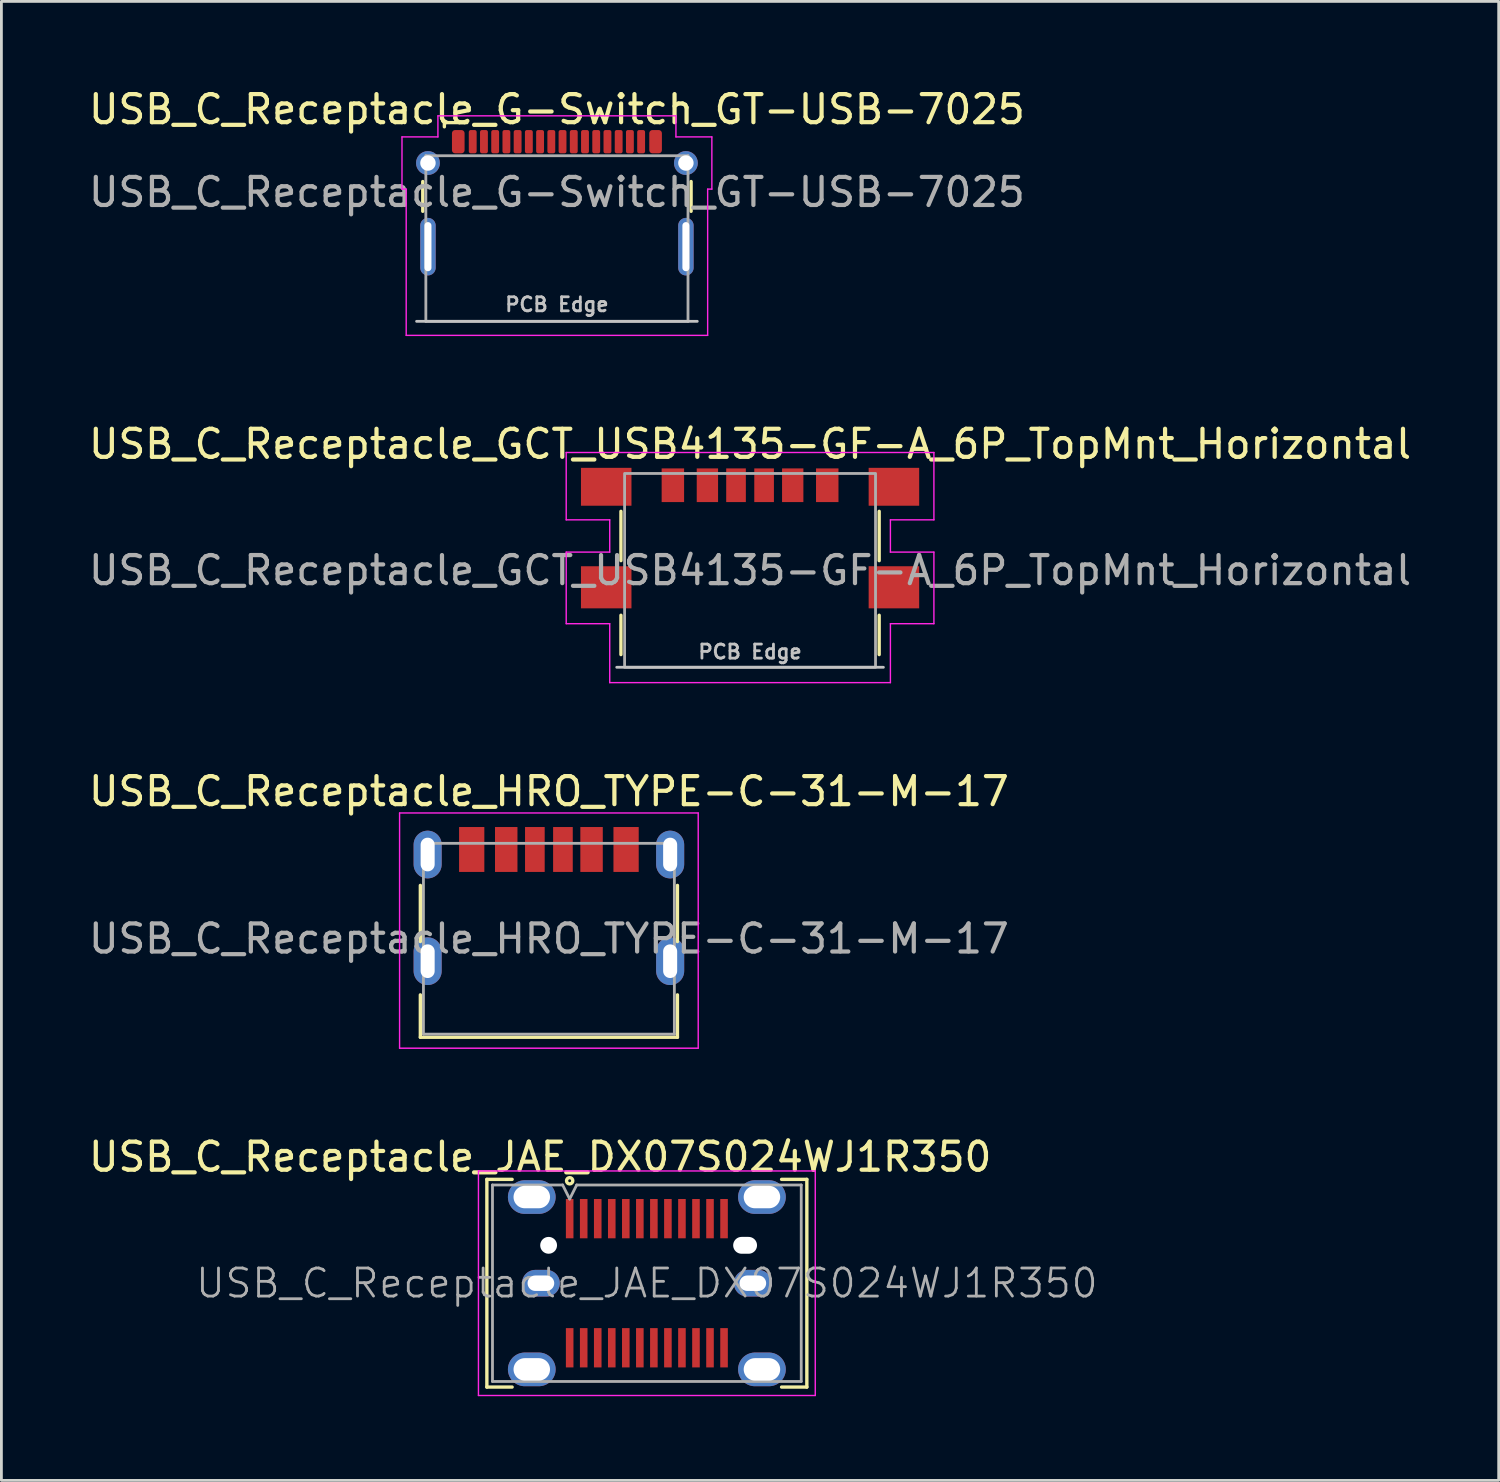
<source format=kicad_pcb>
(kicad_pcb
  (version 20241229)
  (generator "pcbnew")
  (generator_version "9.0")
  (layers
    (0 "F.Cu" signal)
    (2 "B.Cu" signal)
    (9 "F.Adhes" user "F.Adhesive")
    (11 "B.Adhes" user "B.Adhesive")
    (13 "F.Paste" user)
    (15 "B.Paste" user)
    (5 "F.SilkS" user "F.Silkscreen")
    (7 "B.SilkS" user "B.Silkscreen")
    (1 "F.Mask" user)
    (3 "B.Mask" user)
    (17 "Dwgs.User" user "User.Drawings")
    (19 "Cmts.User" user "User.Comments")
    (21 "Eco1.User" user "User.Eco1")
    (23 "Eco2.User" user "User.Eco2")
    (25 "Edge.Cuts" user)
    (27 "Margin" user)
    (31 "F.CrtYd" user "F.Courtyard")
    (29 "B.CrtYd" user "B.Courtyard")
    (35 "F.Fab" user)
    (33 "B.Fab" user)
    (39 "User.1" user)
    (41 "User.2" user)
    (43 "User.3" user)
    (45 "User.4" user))
  (footprint "USB_C_Receptacle_HRO_TYPE-C-31-M-17"
    (layer "F.Cu")
    (at 16.506 30.395)
    (property "Reference" "USB_C_Receptacle_HRO_TYPE-C-31-M-17" (at 0 -5.25 0) (layer "F.SilkS") (effects (font (size 1 1) (thickness 0.15))))
    (attr smd)
    (fp_line (start -4.58 -1.9) (end -4.58 0.1) (stroke (width 0.12) (type solid)) (layer "F.SilkS"))
    (fp_line (start -4.58 2) (end -4.58 3.51) (stroke (width 0.12) (type solid)) (layer "F.SilkS"))
    (fp_line (start -4.58 3.51) (end 4.58 3.51) (stroke (width 0.12) (type solid)) (layer "F.SilkS"))
    (fp_line (start 4.58 -1.9) (end 4.58 0.1) (stroke (width 0.12) (type solid)) (layer "F.SilkS"))
    (fp_line (start 4.58 2) (end 4.58 3.51) (stroke (width 0.12) (type solid)) (layer "F.SilkS"))
    (fp_line (start -5.32 -4.48) (end -5.32 3.9) (stroke (width 0.05) (type solid)) (layer "F.CrtYd"))
    (fp_line (start -5.32 -4.48) (end 5.32 -4.48) (stroke (width 0.05) (type solid)) (layer "F.CrtYd"))
    (fp_line (start -5.32 3.9) (end 5.32 3.9) (stroke (width 0.05) (type solid)) (layer "F.CrtYd"))
    (fp_line (start 5.32 -4.48) (end 5.32 3.9) (stroke (width 0.05) (type solid)) (layer "F.CrtYd"))
    (fp_line (start -4.47 -3.4) (end -4.47 3.4) (stroke (width 0.1) (type solid)) (layer "F.Fab"))
    (fp_line (start -4.47 -3.4) (end 4.47 -3.4) (stroke (width 0.1) (type solid)) (layer "F.Fab"))
    (fp_line (start -4.47 3.4) (end 4.47 3.4) (stroke (width 0.1) (type solid)) (layer "F.Fab"))
    (fp_line (start 4.47 -3.4) (end 4.47 3.4) (stroke (width 0.1) (type solid)) (layer "F.Fab"))
    (fp_text user "${REFERENCE}" (at 0 0 0) (layer "F.Fab") (effects (font (size 1 1) (thickness 0.15))))
    (pad "A5" smd rect (at -0.5 -3.18) (size 0.7 1.6) (layers "F.Cu" "F.Mask" "F.Paste"))
    (pad "A9" smd rect (at 1.52 -3.18) (size 0.8 1.6) (layers "F.Cu" "F.Mask" "F.Paste"))
    (pad "A12" smd rect (at 2.75 -3.18) (size 0.9 1.6) (layers "F.Cu" "F.Mask" "F.Paste"))
    (pad "B5" smd rect (at 0.5 -3.18) (size 0.7 1.6) (layers "F.Cu" "F.Mask" "F.Paste"))
    (pad "B9" smd rect (at -1.52 -3.18) (size 0.8 1.6) (layers "F.Cu" "F.Mask" "F.Paste"))
    (pad "B12" smd rect (at -2.75 -3.18) (size 0.9 1.6) (layers "F.Cu" "F.Mask" "F.Paste"))
    (pad "S1" thru_hole oval (at -4.32 -3) (size 1 1.7) (drill oval 0.5 1.2) (layers "*.Cu" "*.Mask"))
    (pad "S1" thru_hole oval (at -4.32 0.8) (size 1 1.7) (drill oval 0.5 1.2) (layers "*.Cu" "*.Mask"))
    (pad "S1" thru_hole oval (at 4.32 -3) (size 1 1.7) (drill oval 0.5 1.2) (layers "*.Cu" "*.Mask"))
    (pad "S1" thru_hole oval (at 4.32 0.8) (size 1 1.7) (drill oval 0.5 1.2) (layers "*.Cu" "*.Mask")))
  (footprint "USB_C_Receptacle_JAE_DX07S024WJ1R350"
    (layer "F.Cu")
    (at 19.996 42.668)
    (property "Reference" "USB_C_Receptacle_JAE_DX07S024WJ1R350" (at -3.8 -4.5 0) (layer "F.SilkS") (effects (font (size 1 1) (thickness 0.15))))
    (attr smd)
    (fp_line (start -5.7 -3.7) (end -5.7 3.7) (stroke (width 0.12) (type solid)) (layer "F.SilkS"))
    (fp_line (start -5.7 -3.7) (end -4.8 -3.7) (stroke (width 0.12) (type solid)) (layer "F.SilkS"))
    (fp_line (start -5.7 3.7) (end -4.8 3.7) (stroke (width 0.12) (type solid)) (layer "F.SilkS"))
    (fp_line (start 4.8 -3.7) (end 5.7 -3.7) (stroke (width 0.12) (type solid)) (layer "F.SilkS"))
    (fp_line (start 4.8 3.7) (end 5.7 3.7) (stroke (width 0.12) (type solid)) (layer "F.SilkS"))
    (fp_line (start 5.7 -3.7) (end 5.7 3.7) (stroke (width 0.12) (type solid)) (layer "F.SilkS"))
    (fp_circle (center -2.75 -3.65) (end -2.638 -3.65) (stroke (width 0.12) (type solid)) (fill no) (layer "F.SilkS"))
    (fp_line (start -6 -4) (end 6 -4) (stroke (width 0.05) (type solid)) (layer "F.CrtYd"))
    (fp_line (start -6 4) (end -6 -4) (stroke (width 0.05) (type solid)) (layer "F.CrtYd"))
    (fp_line (start 6 -4) (end 6 4) (stroke (width 0.05) (type solid)) (layer "F.CrtYd"))
    (fp_line (start 6 4) (end -6 4) (stroke (width 0.05) (type solid)) (layer "F.CrtYd"))
    (fp_line (start -5.5 -3.5) (end -3 -3.5) (stroke (width 0.1) (type solid)) (layer "F.Fab"))
    (fp_line (start -5.5 3.5) (end -5.5 -3.5) (stroke (width 0.1) (type solid)) (layer "F.Fab"))
    (fp_line (start -5.5 3.5) (end 5.5 3.5) (stroke (width 0.1) (type solid)) (layer "F.Fab"))
    (fp_line (start -3 -3.5) (end -2.75 -3) (stroke (width 0.1) (type solid)) (layer "F.Fab"))
    (fp_line (start -2.75 -3) (end -2.5 -3.5) (stroke (width 0.1) (type solid)) (layer "F.Fab"))
    (fp_line (start 5.5 -3.5) (end -2.5 -3.5) (stroke (width 0.1) (type solid)) (layer "F.Fab"))
    (fp_line (start 5.5 3.5) (end 5.5 -3.5) (stroke (width 0.1) (type solid)) (layer "F.Fab"))
    (fp_text user "${REFERENCE}" (at 0 0 0) (layer "F.Fab") (effects (font (size 1 1) (thickness 0.1))))
    (pad "" np_thru_hole circle (at -3.5 -1.35) (size 0.6 0.6) (drill 0.6) (layers "*.Cu" "*.Mask"))
    (pad "" np_thru_hole oval (at 3.5 -1.35) (size 0.85 0.6) (drill oval 0.85 0.6) (layers "*.Cu" "*.Mask"))
    (pad "A1" smd rect (at -2.75 -2.3) (size 0.27 1.4) (layers "F.Cu" "F.Mask" "F.Paste"))
    (pad "A2" smd rect (at -2.25 -2.3) (size 0.27 1.4) (layers "F.Cu" "F.Mask" "F.Paste"))
    (pad "A3" smd rect (at -1.75 -2.3) (size 0.27 1.4) (layers "F.Cu" "F.Mask" "F.Paste"))
    (pad "A4" smd rect (at -1.25 -2.3) (size 0.27 1.4) (layers "F.Cu" "F.Mask" "F.Paste"))
    (pad "A5" smd rect (at -0.75 -2.3) (size 0.27 1.4) (layers "F.Cu" "F.Mask" "F.Paste"))
    (pad "A6" smd rect (at -0.25 -2.3) (size 0.27 1.4) (layers "F.Cu" "F.Mask" "F.Paste"))
    (pad "A7" smd rect (at 0.25 -2.3) (size 0.27 1.4) (layers "F.Cu" "F.Mask" "F.Paste"))
    (pad "A8" smd rect (at 0.75 -2.3) (size 0.27 1.4) (layers "F.Cu" "F.Mask" "F.Paste"))
    (pad "A9" smd rect (at 1.25 -2.3) (size 0.27 1.4) (layers "F.Cu" "F.Mask" "F.Paste"))
    (pad "A10" smd rect (at 1.75 -2.3) (size 0.27 1.4) (layers "F.Cu" "F.Mask" "F.Paste"))
    (pad "A11" smd rect (at 2.25 -2.3) (size 0.27 1.4) (layers "F.Cu" "F.Mask" "F.Paste"))
    (pad "A12" smd rect (at 2.75 -2.3) (size 0.27 1.4) (layers "F.Cu" "F.Mask" "F.Paste"))
    (pad "B1" smd rect (at 2.75 2.3) (size 0.27 1.4) (layers "F.Cu" "F.Mask" "F.Paste"))
    (pad "B2" smd rect (at 2.25 2.3) (size 0.27 1.4) (layers "F.Cu" "F.Mask" "F.Paste"))
    (pad "B3" smd rect (at 1.75 2.3) (size 0.27 1.4) (layers "F.Cu" "F.Mask" "F.Paste"))
    (pad "B4" smd rect (at 1.25 2.3) (size 0.27 1.4) (layers "F.Cu" "F.Mask" "F.Paste"))
    (pad "B5" smd rect (at 0.75 2.3) (size 0.27 1.4) (layers "F.Cu" "F.Mask" "F.Paste"))
    (pad "B6" smd rect (at 0.25 2.3) (size 0.27 1.4) (layers "F.Cu" "F.Mask" "F.Paste"))
    (pad "B7" smd rect (at -0.25 2.3) (size 0.27 1.4) (layers "F.Cu" "F.Mask" "F.Paste"))
    (pad "B8" smd rect (at -0.75 2.3) (size 0.27 1.4) (layers "F.Cu" "F.Mask" "F.Paste"))
    (pad "B9" smd rect (at -1.25 2.3) (size 0.27 1.4) (layers "F.Cu" "F.Mask" "F.Paste"))
    (pad "B10" smd rect (at -1.75 2.3) (size 0.27 1.4) (layers "F.Cu" "F.Mask" "F.Paste"))
    (pad "B11" smd rect (at -2.25 2.3) (size 0.27 1.4) (layers "F.Cu" "F.Mask" "F.Paste"))
    (pad "B12" smd rect (at -2.75 2.3) (size 0.27 1.4) (layers "F.Cu" "F.Mask" "F.Paste"))
    (pad "S1" thru_hole oval (at -4.1 -3.07 90) (size 1.2 1.7) (drill oval 0.8 1.3) (layers "*.Cu" "*.Mask"))
    (pad "S1" thru_hole oval (at -4.1 3.07 90) (size 1.2 1.7) (drill oval 0.8 1.3) (layers "*.Cu" "*.Mask"))
    (pad "S1" thru_hole oval (at -3.775 0 90) (size 0.95 1.35) (drill oval 0.55 0.95) (layers "*.Cu" "*.Mask"))
    (pad "S1" thru_hole oval (at 3.775 0 90) (size 0.95 1.35) (drill oval 0.55 0.95) (layers "*.Cu" "*.Mask"))
    (pad "S1" thru_hole oval (at 4.1 -3.07 90) (size 1.2 1.7) (drill oval 0.8 1.3) (layers "*.Cu" "*.Mask"))
    (pad "S1" thru_hole oval (at 4.1 3.07 90) (size 1.2 1.7) (drill oval 0.8 1.3) (layers "*.Cu" "*.Mask")))
  (footprint "USB_C_Receptacle_GCT_USB4135-GF-A_6P_TopMnt_Horizontal"
    (layer "F.Cu")
    (at 23.673 17.271)
    (property "Reference" "USB_C_Receptacle_GCT_USB4135-GF-A_6P_TopMnt_Horizontal" (at 0 -4.5 0) (unlocked yes) (layer "F.SilkS") (effects (font (size 1 1) (thickness 0.15))))
    (attr smd)
    (fp_line (start -4.6 -2.103) (end -4.6 -0.347) (stroke (width 0.12) (type solid)) (layer "F.SilkS"))
    (fp_line (start -4.6 1.6) (end -4.6 3) (stroke (width 0.12) (type solid)) (layer "F.SilkS"))
    (fp_line (start 4.6 -2.103) (end 4.6 -0.347) (stroke (width 0.12) (type solid)) (layer "F.SilkS"))
    (fp_line (start 4.6 1.6) (end 4.6 3) (stroke (width 0.12) (type solid)) (layer "F.SilkS"))
    (fp_line (start -4.75 3.453) (end 4.75 3.453) (stroke (width 0.1) (type solid)) (layer "Dwgs.User"))
    (fp_line (start -6.55 -4.2) (end -6.55 -1.8) (stroke (width 0.05) (type solid)) (layer "F.CrtYd"))
    (fp_line (start -6.55 -1.8) (end -5 -1.8) (stroke (width 0.05) (type solid)) (layer "F.CrtYd"))
    (fp_line (start -6.55 -0.65) (end -6.55 1.9) (stroke (width 0.05) (type solid)) (layer "F.CrtYd"))
    (fp_line (start -5 -1.8) (end -5 -0.65) (stroke (width 0.05) (type solid)) (layer "F.CrtYd"))
    (fp_line (start -5 -0.65) (end -6.55 -0.65) (stroke (width 0.05) (type solid)) (layer "F.CrtYd"))
    (fp_line (start -5 1.9) (end -6.55 1.9) (stroke (width 0.05) (type solid)) (layer "F.CrtYd"))
    (fp_line (start -5 1.9) (end -5 4) (stroke (width 0.05) (type solid)) (layer "F.CrtYd"))
    (fp_line (start -5 4) (end 5 4) (stroke (width 0.05) (type solid)) (layer "F.CrtYd"))
    (fp_line (start 5 -1.8) (end 5 -0.65) (stroke (width 0.05) (type solid)) (layer "F.CrtYd"))
    (fp_line (start 5 -1.8) (end 6.55 -1.8) (stroke (width 0.05) (type solid)) (layer "F.CrtYd"))
    (fp_line (start 5 1.9) (end 5 4) (stroke (width 0.05) (type solid)) (layer "F.CrtYd"))
    (fp_line (start 6.55 -4.2) (end -6.55 -4.2) (stroke (width 0.05) (type solid)) (layer "F.CrtYd"))
    (fp_line (start 6.55 -4.2) (end 6.55 -1.8) (stroke (width 0.05) (type solid)) (layer "F.CrtYd"))
    (fp_line (start 6.55 -0.65) (end 5 -0.65) (stroke (width 0.05) (type solid)) (layer "F.CrtYd"))
    (fp_line (start 6.55 -0.65) (end 6.55 1.9) (stroke (width 0.05) (type solid)) (layer "F.CrtYd"))
    (fp_line (start 6.55 1.9) (end 5 1.9) (stroke (width 0.05) (type solid)) (layer "F.CrtYd"))
    (fp_rect (start -4.47 -3.453) (end 4.47 3.453) (stroke (width 0.1) (type solid)) (fill no) (layer "F.Fab"))
    (fp_text user "PCB Edge" (at 0 2.9 0) (unlocked yes) (layer "Dwgs.User") (effects (font (size 0.5 0.5) (thickness 0.1))))
    (fp_text user "${REFERENCE}" (at 0 0 0) (unlocked yes) (layer "F.Fab") (effects (font (size 1 1) (thickness 0.15))))
    (pad "A5" smd rect (at -0.5 -3.033) (size 0.7 1.2) (layers "F.Cu" "F.Mask" "F.Paste"))
    (pad "A9" smd rect (at 1.52 -3.033 180) (size 0.76 1.2) (layers "F.Cu" "F.Mask" "F.Paste"))
    (pad "A12" smd rect (at 2.75 -3.033 180) (size 0.8 1.2) (layers "F.Cu" "F.Mask" "F.Paste"))
    (pad "B5" smd rect (at 0.5 -3.033 180) (size 0.7 1.2) (layers "F.Cu" "F.Mask" "F.Paste"))
    (pad "B9" smd rect (at -1.52 -3.033) (size 0.76 1.2) (layers "F.Cu" "F.Mask" "F.Paste"))
    (pad "B12" smd rect (at -2.75 -3.033) (size 0.8 1.2) (layers "F.Cu" "F.Mask" "F.Paste"))
    (pad "S1" smd rect (at -5.125 -2.978) (size 1.8 1.35) (layers "F.Cu" "F.Mask" "F.Paste"))
    (pad "S1" smd rect (at -5.125 0.603) (size 1.8 1.5) (layers "F.Cu" "F.Mask" "F.Paste"))
    (pad "S1" smd rect (at 5.125 -2.978) (size 1.8 1.35) (layers "F.Cu" "F.Mask" "F.Paste"))
    (pad "S1" smd rect (at 5.125 0.603) (size 1.8 1.5) (layers "F.Cu" "F.Mask" "F.Paste")))
  (footprint "USB_C_Receptacle_G-Switch_GT-USB-7025"
    (layer "F.Cu")
    (at 16.792 5.448)
    (property "Reference" "USB_C_Receptacle_G-Switch_GT-USB-7025" (at 0 -4.6 0) (layer "F.SilkS") (effects (font (size 1 1) (thickness 0.15))))
    (attr smd)
    (fp_line (start -4.78 -2.03) (end -4.78 -0.97) (stroke (width 0.12) (type solid)) (layer "F.SilkS"))
    (fp_line (start -4.01 -4.13) (end -4.01 -3.98) (stroke (width 0.12) (type default)) (layer "F.SilkS"))
    (fp_line (start -3.21 -4.13) (end -4.01 -4.13) (stroke (width 0.12) (type default)) (layer "F.SilkS"))
    (fp_line (start 4.78 -0.97) (end 4.78 -2.03) (stroke (width 0.12) (type solid)) (layer "F.SilkS"))
    (fp_line (start -5 2.95) (end 5 2.95) (stroke (width 0.1) (type default)) (layer "Dwgs.User"))
    (fp_line (start -5.52 -1.76) (end -5.52 -3.62) (stroke (width 0.05) (type solid)) (layer "F.CrtYd"))
    (fp_line (start -5.37 -1.76) (end -5.52 -1.76) (stroke (width 0.05) (type default)) (layer "F.CrtYd"))
    (fp_line (start -5.37 3.45) (end -5.37 -1.76) (stroke (width 0.05) (type default)) (layer "F.CrtYd"))
    (fp_line (start -4.24 -4.37) (end -4.24 -3.62) (stroke (width 0.05) (type default)) (layer "F.CrtYd"))
    (fp_line (start -4.24 -4.37) (end 4.24 -4.37) (stroke (width 0.05) (type solid)) (layer "F.CrtYd"))
    (fp_line (start -4.24 -3.62) (end -5.52 -3.62) (stroke (width 0.05) (type default)) (layer "F.CrtYd"))
    (fp_line (start 4.24 -4.37) (end 4.24 -3.62) (stroke (width 0.05) (type default)) (layer "F.CrtYd"))
    (fp_line (start 4.24 -3.62) (end 5.52 -3.62) (stroke (width 0.05) (type default)) (layer "F.CrtYd"))
    (fp_line (start 5.37 -1.76) (end 5.37 3.45) (stroke (width 0.05) (type default)) (layer "F.CrtYd"))
    (fp_line (start 5.37 3.45) (end -5.37 3.45) (stroke (width 0.05) (type solid)) (layer "F.CrtYd"))
    (fp_line (start 5.52 -3.62) (end 5.52 -1.76) (stroke (width 0.05) (type solid)) (layer "F.CrtYd"))
    (fp_line (start 5.52 -1.76) (end 5.37 -1.76) (stroke (width 0.05) (type default)) (layer "F.CrtYd"))
    (fp_line (start -4.67 -2.95) (end -4.67 2.95) (stroke (width 0.1) (type solid)) (layer "F.Fab"))
    (fp_line (start -4.67 -2.95) (end 4.67 -2.95) (stroke (width 0.1) (type solid)) (layer "F.Fab"))
    (fp_line (start -4.67 2.95) (end 4.67 2.95) (stroke (width 0.1) (type solid)) (layer "F.Fab"))
    (fp_line (start 4.67 2.95) (end 4.67 -2.95) (stroke (width 0.1) (type solid)) (layer "F.Fab"))
    (fp_text user "PCB Edge" (at 0 2.35 0) (unlocked yes) (layer "Dwgs.User") (effects (font (size 0.5 0.5) (thickness 0.1) (bold yes))))
    (fp_text user "${REFERENCE}" (at 0 -1.65 0) (layer "F.Fab") (effects (font (size 1 1) (thickness 0.15))))
    (pad "A1" smd roundrect (at -3 -3.45) (size 0.28 0.83) (layers "F.Cu" "F.Mask" "F.Paste") (roundrect_rratio 0.25))
    (pad "A4" smd roundrect (at -2.2 -3.45) (size 0.28 0.83) (layers "F.Cu" "F.Mask" "F.Paste") (roundrect_rratio 0.25))
    (pad "A5" smd roundrect (at -1.4 -3.45) (size 0.28 0.83) (layers "F.Cu" "F.Mask" "F.Paste") (roundrect_rratio 0.25))
    (pad "A6" smd roundrect (at -0.6 -3.45) (size 0.28 0.83) (layers "F.Cu" "F.Mask" "F.Paste") (roundrect_rratio 0.25))
    (pad "A7" smd roundrect (at -0.2 -3.45) (size 0.28 0.83) (layers "F.Cu" "F.Mask" "F.Paste") (roundrect_rratio 0.25))
    (pad "A8" smd roundrect (at 0.2 -3.45) (size 0.28 0.83) (layers "F.Cu" "F.Mask" "F.Paste") (roundrect_rratio 0.25))
    (pad "A9" smd roundrect (at 1.8 -3.45) (size 0.28 0.83) (layers "F.Cu" "F.Mask" "F.Paste") (roundrect_rratio 0.25))
    (pad "A12" smd roundrect (at 2.6 -3.45) (size 0.28 0.83) (layers "F.Cu" "F.Mask" "F.Paste") (roundrect_rratio 0.25))
    (pad "B1" smd roundrect (at 3 -3.45) (size 0.28 0.83) (layers "F.Cu" "F.Mask" "F.Paste") (roundrect_rratio 0.25))
    (pad "B4" smd roundrect (at 2.2 -3.45) (size 0.28 0.83) (layers "F.Cu" "F.Mask" "F.Paste") (roundrect_rratio 0.25))
    (pad "B5" smd roundrect (at 1.4 -3.45) (size 0.28 0.83) (layers "F.Cu" "F.Mask" "F.Paste") (roundrect_rratio 0.25))
    (pad "B6" smd roundrect (at 1 -3.45) (size 0.28 0.83) (layers "F.Cu" "F.Mask" "F.Paste") (roundrect_rratio 0.25))
    (pad "B7" smd roundrect (at 0.6 -3.45) (size 0.28 0.83) (layers "F.Cu" "F.Mask" "F.Paste") (roundrect_rratio 0.25))
    (pad "B8" smd roundrect (at -1 -3.45) (size 0.28 0.83) (layers "F.Cu" "F.Mask" "F.Paste") (roundrect_rratio 0.25))
    (pad "B9" smd roundrect (at -1.8 -3.45) (size 0.28 0.83) (layers "F.Cu" "F.Mask" "F.Paste") (roundrect_rratio 0.25))
    (pad "B12" smd roundrect (at -2.6 -3.45) (size 0.28 0.83) (layers "F.Cu" "F.Mask" "F.Paste") (roundrect_rratio 0.25))
    (pad "GND" smd roundrect (at -3.515 -3.45) (size 0.45 0.83) (layers "F.Cu" "F.Mask" "F.Paste") (roundrect_rratio 0.25))
    (pad "GND" smd roundrect (at 3.515 -3.45) (size 0.45 0.83) (layers "F.Cu" "F.Mask" "F.Paste") (roundrect_rratio 0.25))
    (pad "S1" thru_hole circle (at -4.595 -2.69) (size 0.85 0.85) (drill 0.55) (layers "*.Cu" "*.Mask"))
    (pad "S1" thru_hole oval (at -4.595 0.29) (size 0.55 2.05) (drill oval 0.25 1.75) (layers "*.Cu" "*.Mask"))
    (pad "S1" thru_hole circle (at 4.595 -2.69) (size 0.85 0.85) (drill 0.55) (layers "*.Cu" "*.Mask"))
    (pad "S1" thru_hole oval (at 4.595 0.29) (size 0.55 2.05) (drill oval 0.25 1.75) (layers "*.Cu" "*.Mask")))
  (gr_rect
    (start -3 -3)
    (end 50.345 49.693)
    (stroke (width 0.1) (type default))
    (fill no)
    (layer "Edge.Cuts")))
</source>
